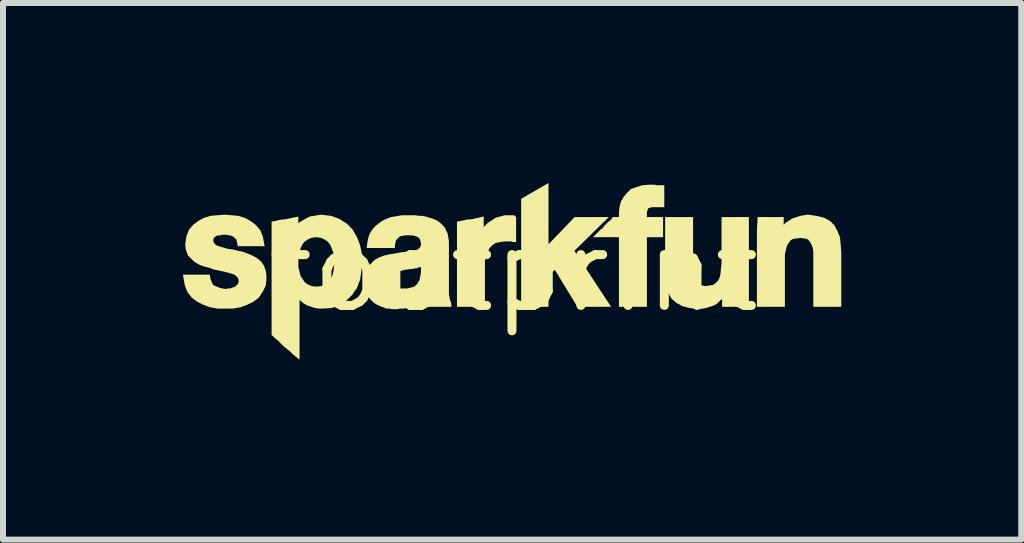
<source format=kicad_pcb>
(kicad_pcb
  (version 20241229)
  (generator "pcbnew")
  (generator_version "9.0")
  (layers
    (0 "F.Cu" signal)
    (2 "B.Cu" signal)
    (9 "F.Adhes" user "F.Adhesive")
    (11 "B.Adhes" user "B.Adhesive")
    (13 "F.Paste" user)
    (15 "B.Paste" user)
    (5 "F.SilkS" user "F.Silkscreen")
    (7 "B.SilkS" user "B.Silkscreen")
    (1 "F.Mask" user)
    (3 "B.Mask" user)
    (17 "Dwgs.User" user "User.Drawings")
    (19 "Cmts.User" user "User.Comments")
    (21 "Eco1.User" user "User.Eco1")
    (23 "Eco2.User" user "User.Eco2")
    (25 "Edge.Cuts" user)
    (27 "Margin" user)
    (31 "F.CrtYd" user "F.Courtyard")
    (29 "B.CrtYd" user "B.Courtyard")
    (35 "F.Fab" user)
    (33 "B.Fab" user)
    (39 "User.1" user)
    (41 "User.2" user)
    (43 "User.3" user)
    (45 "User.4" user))
  (footprint "footprint"
    (layer "F.Cu")
    (at 5.514 1.461)
    (property "Reference" "footprint" (at 0 0 0) (layer "F.SilkS") (effects (font (size 1.27 1.27) (thickness 0.15))))
    (fp_poly (pts (xy -2.528 -0.172) (xy -2.541 0.009) (xy -2.562 0.155) (xy -2.629 0.316) (xy -3.034 0.126) (xy -3.007 0.018) (xy -2.997 -0.059) (xy -2.983 -0.184)) (stroke (width 0) (type solid)) (fill yes) (layer "F.SilkS"))
    (fp_poly (pts (xy 0.579 -0.44) (xy 1.015 -0.893) (xy 1.584 -0.893) (xy 1.01 -0.33) (xy 1.622 0.603) (xy 1.06 0.603) (xy 0.684 -0.014) (xy 0.579 0.091) (xy 0.579 0.603) (xy 0.123 0.603) (xy 0.123 -1.197) (xy 0.579 -1.461)) (stroke (width 0) (type solid)) (fill yes) (layer "F.SilkS"))
    (fp_poly (pts (xy -1.636 -0.054) (xy -1.69 -0.027) (xy -1.733 -0.027) (xy -1.763 -0.017) (xy -1.803 -0.017) (xy -1.833 -0.007) (xy -1.85 -0.007) (xy -1.87 0.003) (xy -1.925 0.003) (xy -2.03 -0.273) (xy -1.895 -0.303) (xy -1.803 -0.313) (xy -1.688 -0.327)) (stroke (width 0) (type solid)) (fill yes) (layer "F.SilkS"))
    (fp_poly (pts (xy 0.039 -0.891) (xy 0.039 -0.477) (xy -0.018 -0.477) (xy -0.038 -0.487) (xy -0.137 -0.487) (xy -0.232 -0.477) (xy -0.303 -0.46) (xy -0.355 -0.425) (xy -0.407 -0.373) (xy -0.463 -0.243) (xy -0.481 -0.161) (xy -0.481 0.603) (xy -0.947 0.603) (xy -0.947 -0.816) (xy -0.817 -0.842) (xy -0.774 -0.853) (xy -0.723 -0.853) (xy -0.677 -0.862) (xy -0.637 -0.872) (xy -0.587 -0.882) (xy -0.501 -0.904) (xy -0.501 -0.721) (xy -0.489 -0.739) (xy -0.433 -0.795) (xy -0.305 -0.88) (xy -0.154 -0.923) (xy 0.007 -0.923)) (stroke (width 0) (type solid)) (fill yes) (layer "F.SilkS"))
    (fp_poly (pts (xy 2.377 -1.423) (xy 2.509 -1.423) (xy 2.509 -1.057) (xy 2.297 -1.057) (xy 2.246 -1.04) (xy 2.242 -1.038) (xy 2.236 -1.02) (xy 2.227 -1.002) (xy 2.219 -0.97) (xy 2.219 -0.893) (xy 2.489 -0.893) (xy 2.489 -0.557) (xy 2.219 -0.557) (xy 2.219 0.603) (xy 1.753 0.603) (xy 1.753 -0.557) (xy 1.319 -0.557) (xy 1.446 -0.684) (xy 1.484 -0.712) (xy 1.512 -0.75) (xy 1.576 -0.814) (xy 1.614 -0.842) (xy 1.652 -0.893) (xy 1.753 -0.893) (xy 1.753 -0.967) (xy 1.763 -1.062) (xy 1.785 -1.149) (xy 1.83 -1.227) (xy 1.883 -1.291) (xy 1.95 -1.358) (xy 2.039 -1.391) (xy 2.144 -1.423) (xy 2.259 -1.433) (xy 2.347 -1.433)) (stroke (width 0) (type solid)) (fill yes) (layer "F.SilkS"))
    (fp_poly (pts (xy 5.048 -0.912) (xy 5.175 -0.881) (xy 5.274 -0.826) (xy 5.342 -0.758) (xy 5.395 -0.661) (xy 5.438 -0.554) (xy 5.449 -0.438) (xy 5.459 -0.306) (xy 5.459 0.603) (xy 4.993 0.603) (xy 4.993 -0.312) (xy 4.984 -0.376) (xy 4.966 -0.429) (xy 4.939 -0.474) (xy 4.914 -0.508) (xy 4.886 -0.529) (xy 4.781 -0.546) (xy 4.654 -0.528) (xy 4.616 -0.506) (xy 4.582 -0.463) (xy 4.556 -0.42) (xy 4.538 -0.356) (xy 4.519 -0.271) (xy 4.519 0.603) (xy 4.053 0.603) (xy 4.053 -0.676) (xy 4.065 -0.893) (xy 4.499 -0.893) (xy 4.499 -0.761) (xy 4.525 -0.793) (xy 4.591 -0.837) (xy 4.645 -0.87) (xy 4.772 -0.912) (xy 4.901 -0.934)) (stroke (width 0) (type solid)) (fill yes) (layer "F.SilkS"))
    (fp_poly (pts (xy 2.989 0.022) (xy 2.998 0.086) (xy 3.017 0.142) (xy 3.033 0.184) (xy 3.066 0.216) (xy 3.097 0.239) (xy 3.137 0.247) (xy 3.201 0.257) (xy 3.265 0.247) (xy 3.318 0.239) (xy 3.357 0.215) (xy 3.401 0.171) (xy 3.426 0.13) (xy 3.443 0.068) (xy 3.453 -0.019) (xy 3.463 -0.117) (xy 3.463 -0.893) (xy 3.919 -0.893) (xy 3.919 0.603) (xy 3.473 0.603) (xy 3.473 0.472) (xy 3.446 0.493) (xy 3.395 0.545) (xy 3.337 0.58) (xy 3.21 0.622) (xy 3.147 0.633) (xy 3.071 0.643) (xy 2.923 0.622) (xy 2.807 0.591) (xy 2.709 0.536) (xy 2.631 0.469) (xy 2.576 0.37) (xy 2.544 0.264) (xy 2.523 0.148) (xy 2.523 -0.893) (xy 2.989 -0.893)) (stroke (width 0) (type solid)) (fill yes) (layer "F.SilkS"))
    (fp_poly (pts (xy -3.04 -0.912) (xy -2.902 -0.859) (xy -2.785 -0.785) (xy -2.689 -0.688) (xy -2.615 -0.562) (xy -2.562 -0.426) (xy -2.531 -0.279) (xy -2.531 -0.096) (xy -2.983 -0.108) (xy -3.006 -0.296) (xy -3.034 -0.371) (xy -3.062 -0.435) (xy -3.105 -0.486) (xy -3.157 -0.521) (xy -3.219 -0.548) (xy -3.289 -0.557) (xy -3.369 -0.548) (xy -3.431 -0.521) (xy -3.483 -0.486) (xy -3.526 -0.435) (xy -3.553 -0.373) (xy -3.591 -0.22) (xy -3.591 -0.06) (xy -3.554 0.089) (xy -3.482 0.198) (xy -3.431 0.231) (xy -3.369 0.258) (xy -3.289 0.267) (xy -3.209 0.258) (xy -3.147 0.231) (xy -3.096 0.198) (xy -3.002 0.057) (xy -2.594 0.249) (xy -2.689 0.399) (xy -2.784 0.494) (xy -2.891 0.569) (xy -3.031 0.623) (xy -3.188 0.633) (xy -3.252 0.633) (xy -3.318 0.622) (xy -3.445 0.58) (xy -3.501 0.546) (xy -3.554 0.503) (xy -3.571 0.487) (xy -3.571 1.484) (xy -3.684 1.393) (xy -3.734 1.343) (xy -3.834 1.263) (xy -3.924 1.173) (xy -3.974 1.133) (xy -4.037 1.071) (xy -4.037 -0.816) (xy -3.957 -0.832) (xy -3.917 -0.842) (xy -3.863 -0.853) (xy -3.823 -0.853) (xy -3.727 -0.872) (xy -3.687 -0.882) (xy -3.591 -0.901) (xy -3.591 -0.784) (xy -3.574 -0.804) (xy -3.467 -0.868) (xy -3.401 -0.902) (xy -3.21 -0.933)) (stroke (width 0) (type solid)) (fill yes) (layer "F.SilkS"))
    (fp_poly (pts (xy -4.592 -0.913) (xy -4.484 -0.88) (xy -4.388 -0.827) (xy -4.303 -0.763) (xy -4.226 -0.675) (xy -4.182 -0.566) (xy -4.153 -0.407) (xy -4.6 -0.407) (xy -4.616 -0.487) (xy -4.623 -0.516) (xy -4.672 -0.564) (xy -4.702 -0.579) (xy -4.737 -0.588) (xy -4.783 -0.597) (xy -4.863 -0.597) (xy -4.893 -0.587) (xy -4.933 -0.587) (xy -4.952 -0.58) (xy -4.997 -0.551) (xy -5.002 -0.534) (xy -5.01 -0.504) (xy -5.003 -0.471) (xy -4.982 -0.442) (xy -4.951 -0.419) (xy -4.898 -0.401) (xy -4.761 -0.362) (xy -4.682 -0.353) (xy -4.6 -0.332) (xy -4.508 -0.312) (xy -4.425 -0.28) (xy -4.352 -0.249) (xy -4.277 -0.206) (xy -4.21 -0.151) (xy -4.165 -0.082) (xy -4.132 0.006) (xy -4.121 0.104) (xy -4.132 0.245) (xy -4.186 0.354) (xy -4.251 0.452) (xy -4.339 0.518) (xy -4.444 0.57) (xy -4.559 0.612) (xy -4.686 0.633) (xy -4.932 0.633) (xy -5.059 0.612) (xy -5.174 0.57) (xy -5.279 0.518) (xy -5.366 0.452) (xy -5.443 0.354) (xy -5.486 0.235) (xy -5.514 0.067) (xy -5.067 0.067) (xy -5.052 0.153) (xy -5.034 0.189) (xy -5.018 0.231) (xy -4.99 0.251) (xy -4.898 0.288) (xy -4.852 0.298) (xy -4.801 0.306) (xy -4.764 0.297) (xy -4.726 0.297) (xy -4.681 0.279) (xy -4.648 0.271) (xy -4.6 0.222) (xy -4.587 0.196) (xy -4.587 0.16) (xy -4.594 0.131) (xy -4.609 0.109) (xy -4.633 0.085) (xy -4.674 0.06) (xy -4.808 0.022) (xy -4.897 0.002) (xy -4.999 -0.018) (xy -5.08 -0.049) (xy -5.16 -0.069) (xy -5.245 -0.1) (xy -5.322 -0.144) (xy -5.432 -0.254) (xy -5.466 -0.346) (xy -5.477 -0.436) (xy -5.456 -0.575) (xy -5.412 -0.685) (xy -5.345 -0.763) (xy -5.26 -0.827) (xy -5.164 -0.88) (xy -5.056 -0.913) (xy -4.942 -0.923) (xy -4.819 -0.933)) (stroke (width 0) (type solid)) (fill yes) (layer "F.SilkS"))
    (fp_poly (pts (xy -1.576 -0.913) (xy -1.525 -0.913) (xy -1.469 -0.902) (xy -1.408 -0.882) (xy -1.367 -0.871) (xy -1.313 -0.85) (xy -1.269 -0.828) (xy -1.224 -0.794) (xy -1.147 -0.716) (xy -1.124 -0.661) (xy -1.102 -0.617) (xy -1.081 -0.488) (xy -1.081 0.406) (xy -1.071 0.426) (xy -1.071 0.466) (xy -1.061 0.486) (xy -1.061 0.496) (xy -1.051 0.516) (xy -1.051 0.526) (xy -1.041 0.546) (xy -1.041 0.603) (xy -1.507 0.603) (xy -1.507 0.561) (xy -1.517 0.551) (xy -1.517 0.541) (xy -1.527 0.531) (xy -1.527 0.513) (xy -1.552 0.53) (xy -1.582 0.54) (xy -1.61 0.558) (xy -1.63 0.568) (xy -1.662 0.59) (xy -1.698 0.602) (xy -1.738 0.612) (xy -1.773 0.623) (xy -1.803 0.623) (xy -1.833 0.633) (xy -1.903 0.633) (xy -1.933 0.643) (xy -2.023 0.643) (xy -2.073 0.633) (xy -2.128 0.633) (xy -2.172 0.611) (xy -2.212 0.601) (xy -2.298 0.558) (xy -2.333 0.535) (xy -2.398 0.47) (xy -2.432 0.425) (xy -2.455 0.378) (xy -2.476 0.293) (xy -2.487 0.239) (xy -2.487 0.183) (xy -2.477 0.067) (xy -2.443 -0.032) (xy -2.388 -0.11) (xy -2.322 -0.176) (xy -2.245 -0.22) (xy -2.16 -0.252) (xy -2.066 -0.273) (xy -1.954 -0.287) (xy -1.851 -0.016) (xy -1.976 0.046) (xy -2.008 0.078) (xy -2.021 0.104) (xy -2.021 0.141) (xy -2.028 0.162) (xy -2.021 0.176) (xy -2.021 0.199) (xy -2.011 0.229) (xy -2.011 0.236) (xy -2.008 0.242) (xy -1.986 0.264) (xy -1.966 0.274) (xy -1.956 0.284) (xy -1.95 0.287) (xy -1.93 0.287) (xy -1.91 0.297) (xy -1.774 0.297) (xy -1.665 0.27) (xy -1.643 0.255) (xy -1.602 0.214) (xy -1.592 0.184) (xy -1.572 0.164) (xy -1.567 0.149) (xy -1.567 0.116) (xy -1.557 0.096) (xy -1.557 0.066) (xy -1.547 0.046) (xy -1.547 -0.063) (xy -1.553 -0.057) (xy -1.58 -0.057) (xy -1.62 -0.037) (xy -1.711 -0.037) (xy -1.764 -0.317) (xy -1.658 -0.332) (xy -1.607 -0.349) (xy -1.576 -0.372) (xy -1.555 -0.401) (xy -1.547 -0.439) (xy -1.547 -0.459) (xy -1.557 -0.489) (xy -1.557 -0.506) (xy -1.57 -0.532) (xy -1.592 -0.554) (xy -1.638 -0.577) (xy -1.658 -0.577) (xy -1.678 -0.587) (xy -1.748 -0.587) (xy -1.762 -0.594) (xy -1.783 -0.587) (xy -1.833 -0.587) (xy -1.863 -0.577) (xy -1.88 -0.577) (xy -1.906 -0.564) (xy -1.958 -0.512) (xy -1.971 -0.486) (xy -1.971 -0.456) (xy -1.981 -0.436) (xy -1.981 -0.377) (xy -2.453 -0.377) (xy -2.437 -0.491) (xy -2.426 -0.545) (xy -2.404 -0.611) (xy -2.371 -0.666) (xy -2.338 -0.71) (xy -2.294 -0.754) (xy -2.21 -0.817) (xy -2.156 -0.849) (xy -2.049 -0.892) (xy -1.862 -0.923) (xy -1.636 -0.923)) (stroke (width 0) (type solid)) (fill yes) (layer "F.SilkS")))
  (gr_rect
    (start -3 -3)
    (end 13.973 5.945)
    (stroke (width 0.1) (type default))
    (fill no)
    (layer "Edge.Cuts")))
</source>
